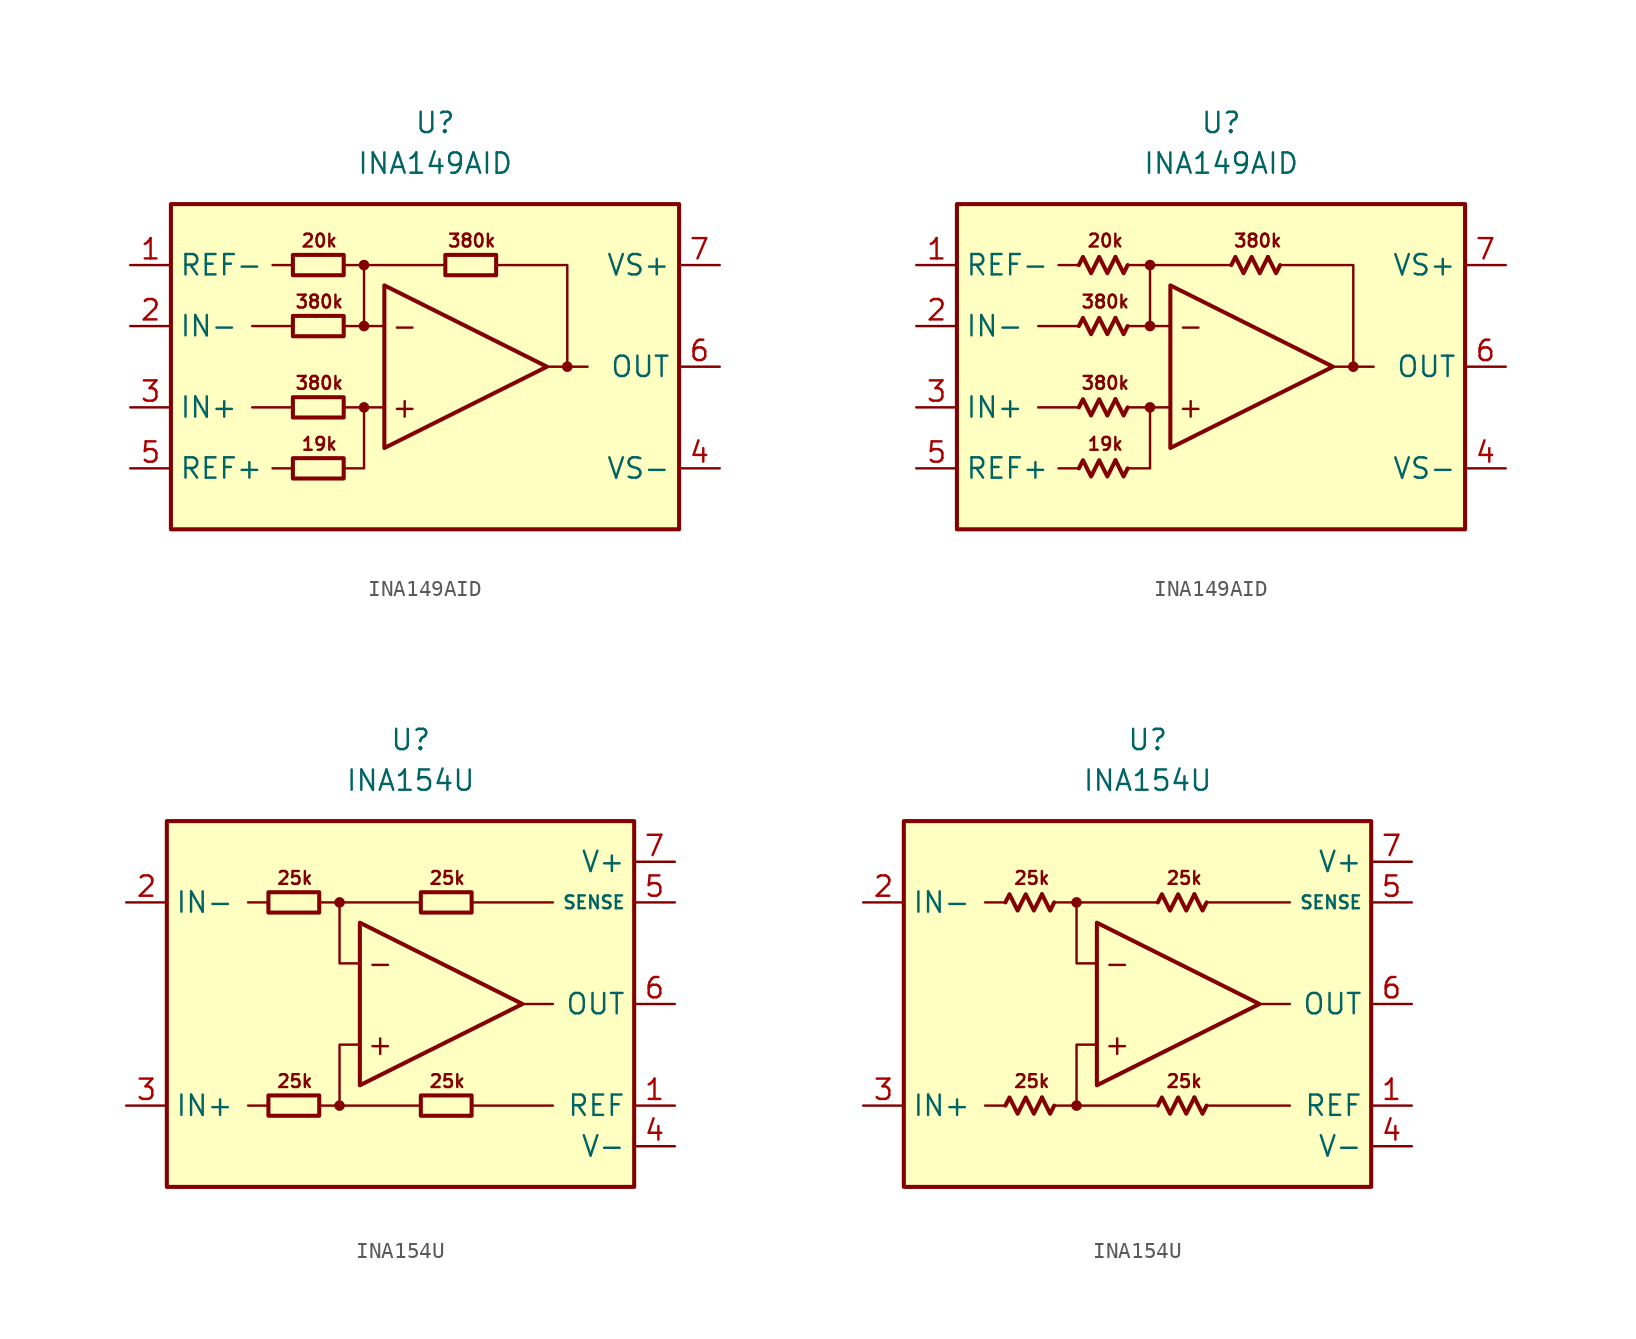
<source format=kicad_sym>
(kicad_symbol_lib
  (version 20231120)
  (generator "kicad_symbol_editor")
  (generator_version "8.0")
  (symbol "INA149AID"
    (property "Reference" "U"
      (at 0 15.24 0)
      (effects (font (size 1.27 1.27))))
    (property "Value" "INA149AID"
      (at 0 12.7 0)
      (effects (font (size 1.27 1.27))))
    (symbol "INA149AID_0_0"
      (rectangle (start -16.51 10.16) (end 15.24 -10.16) (stroke (width 0.254) (type default)) (fill (type background)))
      (circle (center -4.445 -2.54) (radius 0.254) (stroke (width 0.152) (type default)) (fill (type outline)))
      (circle (center -4.445 2.54) (radius 0.254) (stroke (width 0.152) (type default)) (fill (type outline)))
      (circle (center -4.445 6.35) (radius 0.254) (stroke (width 0.152) (type default)) (fill (type outline)))
      (polyline (pts (xy -8.89 -6.35) (xy -10.16 -6.35)) (stroke (width 0.152) (type default)) (fill (type none)))
      (polyline (pts (xy -8.89 -2.54) (xy -11.43 -2.54)) (stroke (width 0.152) (type default)) (fill (type none)))
      (polyline (pts (xy -8.89 2.54) (xy -11.43 2.54)) (stroke (width 0.152) (type default)) (fill (type none)))
      (polyline (pts (xy -8.89 6.35) (xy -10.16 6.35)) (stroke (width 0.152) (type default)) (fill (type none)))
      (polyline (pts (xy -5.715 6.35) (xy 0.635 6.35)) (stroke (width 0.152) (type default)) (fill (type none)))
      (polyline (pts (xy -4.445 2.54) (xy -4.445 6.35)) (stroke (width 0.152) (type default)) (fill (type none)))
      (polyline (pts (xy -3.175 -2.54) (xy -5.715 -2.54)) (stroke (width 0.152) (type default)) (fill (type none)))
      (polyline (pts (xy -3.175 2.54) (xy -5.715 2.54)) (stroke (width 0.152) (type default)) (fill (type none)))
      (polyline (pts (xy 8.255 0) (xy 9.525 0)) (stroke (width 0.152) (type default)) (fill (type none)))
      (polyline (pts (xy -5.715 -6.35) (xy -4.445 -6.35) (xy -4.445 -2.54)) (stroke (width 0.152) (type default)) (fill (type none)))
      (polyline (pts (xy -3.175 5.08) (xy -3.175 -5.08) (xy 6.985 0) (xy -3.175 5.08)) (stroke (width 0.254) (type default)) (fill (type none)))
      (polyline (pts (xy 3.81 6.35) (xy 8.255 6.35) (xy 8.255 0) (xy 6.985 0)) (stroke (width 0.152) (type default)) (fill (type none)))
      (circle (center 8.255 0) (radius 0.254) (stroke (width 0.152) (type default)) (fill (type outline)))
      (text "+" (at -1.905 -2.54 0) (effects (font (size 1.27 1.27))))
      (text "-" (at -1.905 2.54 0) (effects (font (size 1.27 1.27))))
      (text "19k" (at -7.239 -4.826 0) (effects (font (size 0.8 0.8))))
      (text "20k" (at -7.239 7.874 0) (effects (font (size 0.8 0.8))))
      (text "380k" (at -7.239 -1.016 0) (effects (font (size 0.8 0.8))))
      (text "380k" (at -7.239 4.064 0) (effects (font (size 0.8 0.8))))
      (text "380k" (at 2.286 7.874 0) (effects (font (size 0.8 0.8)))))
    (symbol "INA149AID_0_1"
      (rectangle (start -8.89 -5.715) (end -5.715 -6.985) (stroke (width 0.254) (type default)) (fill (type none)))
      (rectangle (start -8.89 -1.905) (end -5.715 -3.175) (stroke (width 0.254) (type default)) (fill (type none)))
      (rectangle (start -8.89 3.175) (end -5.715 1.905) (stroke (width 0.254) (type default)) (fill (type none)))
      (rectangle (start -8.89 6.985) (end -5.715 5.715) (stroke (width 0.254) (type default)) (fill (type none)))
      (rectangle (start 0.635 6.985) (end 3.81 5.715) (stroke (width 0.254) (type default)) (fill (type none))))
    (symbol "INA149AID_0_2"
      (polyline (pts (xy -6.604 -5.842) (xy -6.096 -6.858) (xy -5.842 -6.35)) (stroke (width 0.254) (type default)) (fill (type none)))
      (polyline (pts (xy -6.604 -2.032) (xy -6.096 -3.048) (xy -5.842 -2.54)) (stroke (width 0.254) (type default)) (fill (type none)))
      (polyline (pts (xy -6.604 3.048) (xy -6.096 2.032) (xy -5.842 2.54)) (stroke (width 0.254) (type default)) (fill (type none)))
      (polyline (pts (xy -6.604 6.858) (xy -6.096 5.842) (xy -5.842 6.35)) (stroke (width 0.254) (type default)) (fill (type none)))
      (polyline (pts (xy 2.921 6.858) (xy 3.429 5.842) (xy 3.683 6.35)) (stroke (width 0.254) (type default)) (fill (type none)))
      (polyline (pts (xy -8.89 -6.35) (xy -8.636 -5.842) (xy -8.128 -6.858) (xy -7.62 -5.842) (xy -7.112 -6.858) (xy -6.604 -5.842)) (stroke (width 0.254) (type default)) (fill (type none)))
      (polyline (pts (xy -8.89 -2.54) (xy -8.636 -2.032) (xy -8.128 -3.048) (xy -7.62 -2.032) (xy -7.112 -3.048) (xy -6.604 -2.032)) (stroke (width 0.254) (type default)) (fill (type none)))
      (polyline (pts (xy -8.89 2.54) (xy -8.636 3.048) (xy -8.128 2.032) (xy -7.62 3.048) (xy -7.112 2.032) (xy -6.604 3.048)) (stroke (width 0.254) (type default)) (fill (type none)))
      (polyline (pts (xy -8.89 6.35) (xy -8.636 6.858) (xy -8.128 5.842) (xy -7.62 6.858) (xy -7.112 5.842) (xy -6.604 6.858)) (stroke (width 0.254) (type default)) (fill (type none)))
      (polyline (pts (xy 0.635 6.35) (xy 0.889 6.858) (xy 1.397 5.842) (xy 1.905 6.858) (xy 2.413 5.842) (xy 2.921 6.858)) (stroke (width 0.254) (type default)) (fill (type none))))
    (symbol "INA149AID_1_1"
      (pin input line (at -19.05 6.35 0) (length 2.54) (name "REF-" (effects (font (size 1.27 1.27)))) (number "1" (effects (font (size 1.27 1.27)))))
      (pin input line (at -19.05 2.54 0) (length 2.54) (name "IN-" (effects (font (size 1.27 1.27)))) (number "2" (effects (font (size 1.27 1.27)))))
      (pin input line (at -19.05 -2.54 0) (length 2.54) (name "IN+" (effects (font (size 1.27 1.27)))) (number "3" (effects (font (size 1.27 1.27)))))
      (pin power_in line (at 17.78 -6.35 180) (length 2.54) (name "VS-" (effects (font (size 1.27 1.27)))) (number "4" (effects (font (size 1.27 1.27)))))
      (pin input line (at -19.05 -6.35 0) (length 2.54) (name "REF+" (effects (font (size 1.27 1.27)))) (number "5" (effects (font (size 1.27 1.27)))))
      (pin output line (at 17.78 0 180) (length 2.54) (name "OUT" (effects (font (size 1.27 1.27)))) (number "6" (effects (font (size 1.27 1.27)))))
      (pin power_in line (at 17.78 6.35 180) (length 2.54) (name "VS+" (effects (font (size 1.27 1.27)))) (number "7" (effects (font (size 1.27 1.27)))))
      (pin free line (at 5.08 -6.35 0) (length 2.54) hide (name "NC" (effects (font (size 1.27 1.27)))) (number "8" (effects (font (size 1.27 1.27))))))
    (symbol "INA149AID_1_2"
      (pin input line (at -19.05 6.35 0) (length 2.54) (name "REF-" (effects (font (size 1.27 1.27)))) (number "1" (effects (font (size 1.27 1.27)))))
      (pin input line (at -19.05 2.54 0) (length 2.54) (name "IN-" (effects (font (size 1.27 1.27)))) (number "2" (effects (font (size 1.27 1.27)))))
      (pin input line (at -19.05 -2.54 0) (length 2.54) (name "IN+" (effects (font (size 1.27 1.27)))) (number "3" (effects (font (size 1.27 1.27)))))
      (pin power_in line (at 17.78 -6.35 180) (length 2.54) (name "VS-" (effects (font (size 1.27 1.27)))) (number "4" (effects (font (size 1.27 1.27)))))
      (pin input line (at -19.05 -6.35 0) (length 2.54) (name "REF+" (effects (font (size 1.27 1.27)))) (number "5" (effects (font (size 1.27 1.27)))))
      (pin output line (at 17.78 0 180) (length 2.54) (name "OUT" (effects (font (size 1.27 1.27)))) (number "6" (effects (font (size 1.27 1.27)))))
      (pin power_in line (at 17.78 6.35 180) (length 2.54) (name "VS+" (effects (font (size 1.27 1.27)))) (number "7" (effects (font (size 1.27 1.27)))))
      (pin free line (at 5.08 -6.35 0) (length 2.54) hide (name "NC" (effects (font (size 1.27 1.27)))) (number "8" (effects (font (size 1.27 1.27)))))))
  (symbol "INA154U"
    (property "Reference" "U"
      (at 0 16.51 0)
      (effects (font (size 1.27 1.27))))
    (property "Value" "INA154U"
      (at 0 13.97 0)
      (effects (font (size 1.27 1.27))))
    (symbol "INA154U_0_0"
      (rectangle (start -15.24 11.43) (end 13.97 -11.43) (stroke (width 0.254) (type default)) (fill (type background)))
      (circle (center -4.445 -6.35) (radius 0.254) (stroke (width 0.152) (type default)) (fill (type outline)))
      (circle (center -4.445 6.35) (radius 0.254) (stroke (width 0.152) (type default)) (fill (type outline)))
      (polyline (pts (xy -8.89 -6.35) (xy -10.16 -6.35)) (stroke (width 0.152) (type default)) (fill (type none)))
      (polyline (pts (xy -8.89 6.35) (xy -10.16 6.35)) (stroke (width 0.152) (type default)) (fill (type none)))
      (polyline (pts (xy -4.445 6.35) (xy 0.635 6.35)) (stroke (width 0.152) (type default)) (fill (type none)))
      (polyline (pts (xy 0.635 -6.35) (xy -4.445 -6.35)) (stroke (width 0.152) (type default)) (fill (type none)))
      (polyline (pts (xy 3.81 -6.35) (xy 8.89 -6.35)) (stroke (width 0.152) (type default)) (fill (type none)))
      (polyline (pts (xy 3.81 6.35) (xy 8.89 6.35)) (stroke (width 0.152) (type default)) (fill (type none)))
      (polyline (pts (xy 8.89 0) (xy 6.985 0)) (stroke (width 0.152) (type default)) (fill (type none)))
      (polyline (pts (xy -5.715 -6.35) (xy -4.445 -6.35) (xy -4.445 -2.54) (xy -3.175 -2.54)) (stroke (width 0.152) (type default)) (fill (type none)))
      (polyline (pts (xy -3.175 2.54) (xy -4.445 2.54) (xy -4.445 6.35) (xy -5.715 6.35)) (stroke (width 0.152) (type default)) (fill (type none)))
      (polyline (pts (xy -3.175 5.08) (xy -3.175 -5.08) (xy 6.985 0) (xy -3.175 5.08)) (stroke (width 0.254) (type default)) (fill (type none)))
      (text "+" (at -1.905 -2.54 0) (effects (font (size 1.27 1.27))))
      (text "-" (at -1.905 2.54 0) (effects (font (size 1.27 1.27))))
      (text "25k" (at -7.239 -4.826 0) (effects (font (size 0.8 0.8))))
      (text "25k" (at -7.239 7.874 0) (effects (font (size 0.8 0.8))))
      (text "25k" (at 2.286 -4.826 0) (effects (font (size 0.8 0.8))))
      (text "25k" (at 2.286 7.874 0) (effects (font (size 0.8 0.8)))))
    (symbol "INA154U_0_1"
      (rectangle (start -8.89 -5.715) (end -5.715 -6.985) (stroke (width 0.254) (type default)) (fill (type none)))
      (rectangle (start -8.89 6.985) (end -5.715 5.715) (stroke (width 0.254) (type default)) (fill (type none)))
      (rectangle (start 0.635 -5.715) (end 3.81 -6.985) (stroke (width 0.254) (type default)) (fill (type none)))
      (rectangle (start 0.635 6.985) (end 3.81 5.715) (stroke (width 0.254) (type default)) (fill (type none))))
    (symbol "INA154U_0_2"
      (polyline (pts (xy -6.604 -5.842) (xy -6.096 -6.858) (xy -5.842 -6.35)) (stroke (width 0.254) (type default)) (fill (type none)))
      (polyline (pts (xy -6.604 6.858) (xy -6.096 5.842) (xy -5.842 6.35)) (stroke (width 0.254) (type default)) (fill (type none)))
      (polyline (pts (xy 2.921 -5.842) (xy 3.429 -6.858) (xy 3.683 -6.35)) (stroke (width 0.254) (type default)) (fill (type none)))
      (polyline (pts (xy 2.921 6.858) (xy 3.429 5.842) (xy 3.683 6.35)) (stroke (width 0.254) (type default)) (fill (type none)))
      (polyline (pts (xy -8.89 -6.35) (xy -8.636 -5.842) (xy -8.128 -6.858) (xy -7.62 -5.842) (xy -7.112 -6.858) (xy -6.604 -5.842)) (stroke (width 0.254) (type default)) (fill (type none)))
      (polyline (pts (xy -8.89 6.35) (xy -8.636 6.858) (xy -8.128 5.842) (xy -7.62 6.858) (xy -7.112 5.842) (xy -6.604 6.858)) (stroke (width 0.254) (type default)) (fill (type none)))
      (polyline (pts (xy 0.635 -6.35) (xy 0.889 -5.842) (xy 1.397 -6.858) (xy 1.905 -5.842) (xy 2.413 -6.858) (xy 2.921 -5.842)) (stroke (width 0.254) (type default)) (fill (type none)))
      (polyline (pts (xy 0.635 6.35) (xy 0.889 6.858) (xy 1.397 5.842) (xy 1.905 6.858) (xy 2.413 5.842) (xy 2.921 6.858)) (stroke (width 0.254) (type default)) (fill (type none))))
    (symbol "INA154U_1_1"
      (pin input line (at 16.51 -6.35 180) (length 2.54) (name "REF" (effects (font (size 1.27 1.27)))) (number "1" (effects (font (size 1.27 1.27)))))
      (pin input line (at -17.78 6.35 0) (length 2.54) (name "IN-" (effects (font (size 1.27 1.27)))) (number "2" (effects (font (size 1.27 1.27)))))
      (pin input line (at -17.78 -6.35 0) (length 2.54) (name "IN+" (effects (font (size 1.27 1.27)))) (number "3" (effects (font (size 1.27 1.27)))))
      (pin power_in line (at 16.51 -8.89 180) (length 2.54) (name "V-" (effects (font (size 1.27 1.27)))) (number "4" (effects (font (size 1.27 1.27)))))
      (pin input line (at 16.51 6.35 180) (length 2.54) (name "SENSE" (effects (font (size 0.8 0.8)))) (number "5" (effects (font (size 1.27 1.27)))))
      (pin output line (at 16.51 0 180) (length 2.54) (name "OUT" (effects (font (size 1.27 1.27)))) (number "6" (effects (font (size 1.27 1.27)))))
      (pin power_in line (at 16.51 8.89 180) (length 2.54) (name "V+" (effects (font (size 1.27 1.27)))) (number "7" (effects (font (size 1.27 1.27)))))
      (pin free line (at -10.16 0 0) (length 2.54) hide (name "NC" (effects (font (size 1.27 1.27)))) (number "8" (effects (font (size 1.27 1.27))))))
    (symbol "INA154U_1_2"
      (pin input line (at 16.51 -6.35 180) (length 2.54) (name "REF" (effects (font (size 1.27 1.27)))) (number "1" (effects (font (size 1.27 1.27)))))
      (pin input line (at -17.78 6.35 0) (length 2.54) (name "IN-" (effects (font (size 1.27 1.27)))) (number "2" (effects (font (size 1.27 1.27)))))
      (pin input line (at -17.78 -6.35 0) (length 2.54) (name "IN+" (effects (font (size 1.27 1.27)))) (number "3" (effects (font (size 1.27 1.27)))))
      (pin power_in line (at 16.51 -8.89 180) (length 2.54) (name "V-" (effects (font (size 1.27 1.27)))) (number "4" (effects (font (size 1.27 1.27)))))
      (pin input line (at 16.51 6.35 180) (length 2.54) (name "SENSE" (effects (font (size 0.8 0.8)))) (number "5" (effects (font (size 1.27 1.27)))))
      (pin output line (at 16.51 0 180) (length 2.54) (name "OUT" (effects (font (size 1.27 1.27)))) (number "6" (effects (font (size 1.27 1.27)))))
      (pin power_in line (at 16.51 8.89 180) (length 2.54) (name "V+" (effects (font (size 1.27 1.27)))) (number "7" (effects (font (size 1.27 1.27)))))
      (pin free line (at -10.16 0 0) (length 2.54) hide (name "NC" (effects (font (size 1.27 1.27)))) (number "8" (effects (font (size 1.27 1.27))))))))
</source>
